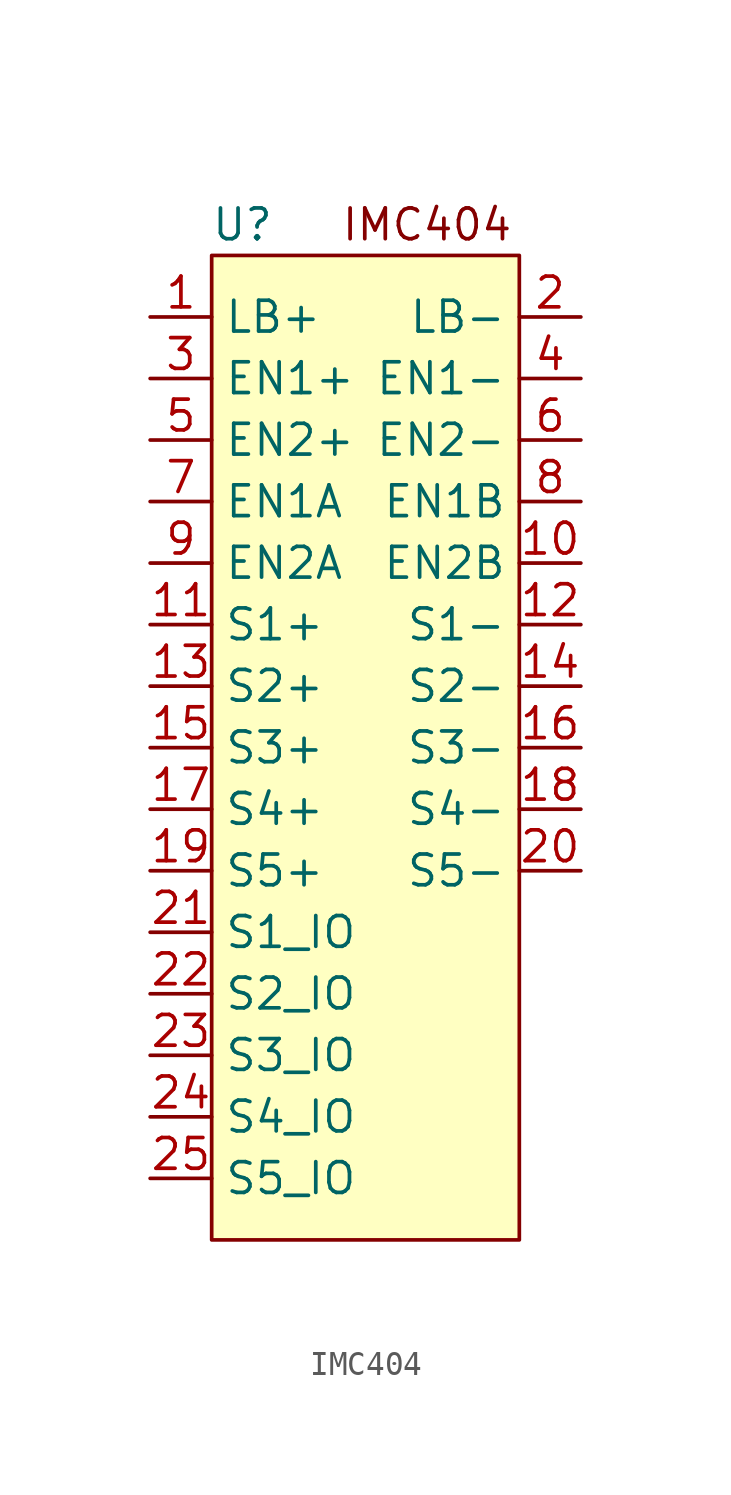
<source format=kicad_sym>
(kicad_symbol_lib
  (version 20220914)
  (generator kicad_symbol_editor)
  (symbol "IMC404"
    (property "Reference" "U"
      (at -5.08 20.32 0)
      (effects (font (size 1.27 1.27))))
    (property "Value" ""
      (at 3.81 2.54 0)
      (effects (font (size 1.27 1.27))))
    (symbol "IMC404_0_0"
      (text "IMC404" (at 2.54 20.32 0) (effects (font (size 1.27 1.27)))))
    (symbol "IMC404_1_1"
      (rectangle (start -6.35 19.05) (end 6.35 -21.59) (stroke (width 0) (type default)) (fill (type background)))
      (pin input line (at -8.89 16.51 0) (length 2.54) (name "LB+" (effects (font (size 1.27 1.27)))) (number "1" (effects (font (size 1.27 1.27)))))
      (pin input line (at 8.89 6.35 180) (length 2.54) (name "EN2B" (effects (font (size 1.27 1.27)))) (number "10" (effects (font (size 1.27 1.27)))))
      (pin input line (at -8.89 3.81 0) (length 2.54) (name "S1+" (effects (font (size 1.27 1.27)))) (number "11" (effects (font (size 1.27 1.27)))))
      (pin input line (at 8.89 3.81 180) (length 2.54) (name "S1-" (effects (font (size 1.27 1.27)))) (number "12" (effects (font (size 1.27 1.27)))))
      (pin input line (at -8.89 1.27 0) (length 2.54) (name "S2+" (effects (font (size 1.27 1.27)))) (number "13" (effects (font (size 1.27 1.27)))))
      (pin input line (at 8.89 1.27 180) (length 2.54) (name "S2-" (effects (font (size 1.27 1.27)))) (number "14" (effects (font (size 1.27 1.27)))))
      (pin input line (at -8.89 -1.27 0) (length 2.54) (name "S3+" (effects (font (size 1.27 1.27)))) (number "15" (effects (font (size 1.27 1.27)))))
      (pin input line (at 8.89 -1.27 180) (length 2.54) (name "S3-" (effects (font (size 1.27 1.27)))) (number "16" (effects (font (size 1.27 1.27)))))
      (pin input line (at -8.89 -3.81 0) (length 2.54) (name "S4+" (effects (font (size 1.27 1.27)))) (number "17" (effects (font (size 1.27 1.27)))))
      (pin input line (at 8.89 -3.81 180) (length 2.54) (name "S4-" (effects (font (size 1.27 1.27)))) (number "18" (effects (font (size 1.27 1.27)))))
      (pin input line (at -8.89 -6.35 0) (length 2.54) (name "S5+" (effects (font (size 1.27 1.27)))) (number "19" (effects (font (size 1.27 1.27)))))
      (pin input line (at 8.89 16.51 180) (length 2.54) (name "LB-" (effects (font (size 1.27 1.27)))) (number "2" (effects (font (size 1.27 1.27)))))
      (pin input line (at 8.89 -6.35 180) (length 2.54) (name "S5-" (effects (font (size 1.27 1.27)))) (number "20" (effects (font (size 1.27 1.27)))))
      (pin input line (at -8.89 -8.89 0) (length 2.54) (name "S1_IO" (effects (font (size 1.27 1.27)))) (number "21" (effects (font (size 1.27 1.27)))))
      (pin input line (at -8.89 -11.43 0) (length 2.54) (name "S2_IO" (effects (font (size 1.27 1.27)))) (number "22" (effects (font (size 1.27 1.27)))))
      (pin input line (at -8.89 -13.97 0) (length 2.54) (name "S3_IO" (effects (font (size 1.27 1.27)))) (number "23" (effects (font (size 1.27 1.27)))))
      (pin input line (at -8.89 -16.51 0) (length 2.54) (name "S4_IO" (effects (font (size 1.27 1.27)))) (number "24" (effects (font (size 1.27 1.27)))))
      (pin input line (at -8.89 -19.05 0) (length 2.54) (name "S5_IO" (effects (font (size 1.27 1.27)))) (number "25" (effects (font (size 1.27 1.27)))))
      (pin input line (at -8.89 13.97 0) (length 2.54) (name "EN1+" (effects (font (size 1.27 1.27)))) (number "3" (effects (font (size 1.27 1.27)))))
      (pin input line (at 8.89 13.97 180) (length 2.54) (name "EN1-" (effects (font (size 1.27 1.27)))) (number "4" (effects (font (size 1.27 1.27)))))
      (pin input line (at -8.89 11.43 0) (length 2.54) (name "EN2+" (effects (font (size 1.27 1.27)))) (number "5" (effects (font (size 1.27 1.27)))))
      (pin input line (at 8.89 11.43 180) (length 2.54) (name "EN2-" (effects (font (size 1.27 1.27)))) (number "6" (effects (font (size 1.27 1.27)))))
      (pin input line (at -8.89 8.89 0) (length 2.54) (name "EN1A" (effects (font (size 1.27 1.27)))) (number "7" (effects (font (size 1.27 1.27)))))
      (pin input line (at 8.89 8.89 180) (length 2.54) (name "EN1B" (effects (font (size 1.27 1.27)))) (number "8" (effects (font (size 1.27 1.27)))))
      (pin input line (at -8.89 6.35 0) (length 2.54) (name "EN2A" (effects (font (size 1.27 1.27)))) (number "9" (effects (font (size 1.27 1.27))))))))
</source>
